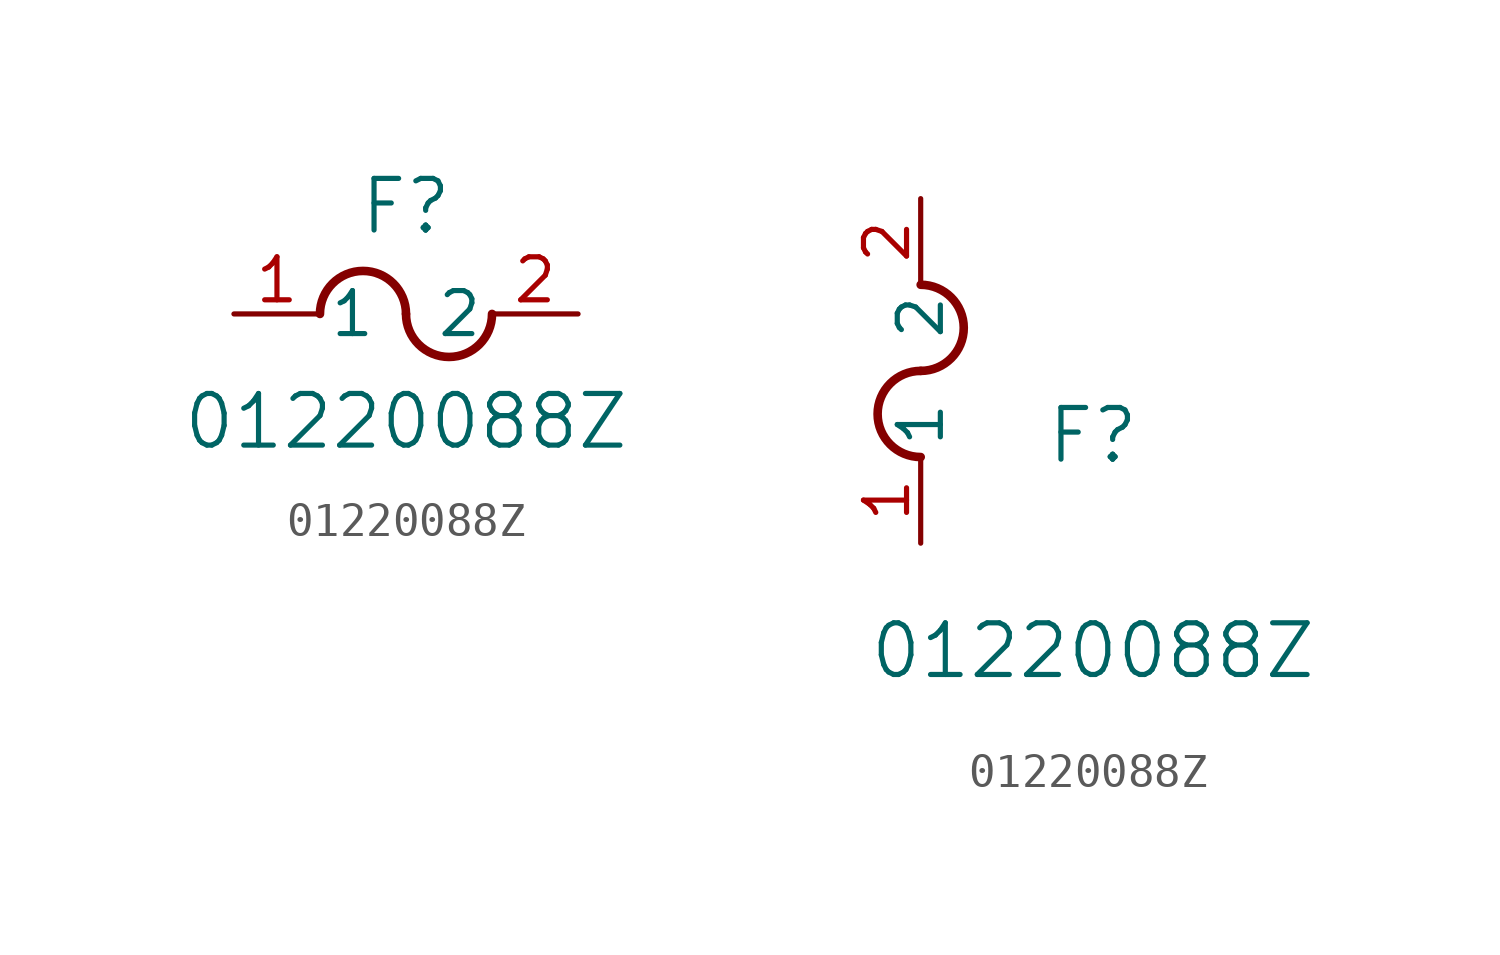
<source format=kicad_sym>
(kicad_symbol_lib
  (version 20211014)
  (generator kicad_symbol_editor)
  (symbol "01220088Z"
    (pin_names
      (offset 0.254))
    (property "Reference" "F"
      (at 5.08 3.175 0)
      (effects (font (size 1.524 1.524))))
    (property "Value" "01220088Z"
      (at 5.08 -3.175 0)
      (effects (font (size 1.524 1.524))))
    (symbol "01220088Z_1_1"
      (arc (start 5.08 0) (mid 3.81 1.27) (end 2.54 0) (stroke (width 0.254) (type default) (color 0 0 0 0)) (fill (type none)))
      (arc (start 5.08 0) (mid 6.35 -1.27) (end 7.62 0) (stroke (width 0.254) (type default) (color 0 0 0 0)) (fill (type none)))
      (pin unspecified line (at 0 0 0) (length 2.54) (name "1" (effects (font (size 1.27 1.27)))) (number "1" (effects (font (size 1.27 1.27)))))
      (pin unspecified line (at 10.16 0 180) (length 2.54) (name "2" (effects (font (size 1.27 1.27)))) (number "2" (effects (font (size 1.27 1.27))))))
    (symbol "01220088Z_1_2"
      (arc (start 0 5.08) (mid -1.27 3.81) (end 0 2.54) (stroke (width 0.254) (type default) (color 0 0 0 0)) (fill (type none)))
      (arc (start 0 5.08) (mid 1.27 6.35) (end 0 7.62) (stroke (width 0.254) (type default) (color 0 0 0 0)) (fill (type none)))
      (pin unspecified line (at 0 0 90) (length 2.54) (name "1" (effects (font (size 1.27 1.27)))) (number "1" (effects (font (size 1.27 1.27)))))
      (pin unspecified line (at 0 10.16 270) (length 2.54) (name "2" (effects (font (size 1.27 1.27)))) (number "2" (effects (font (size 1.27 1.27))))))))
</source>
